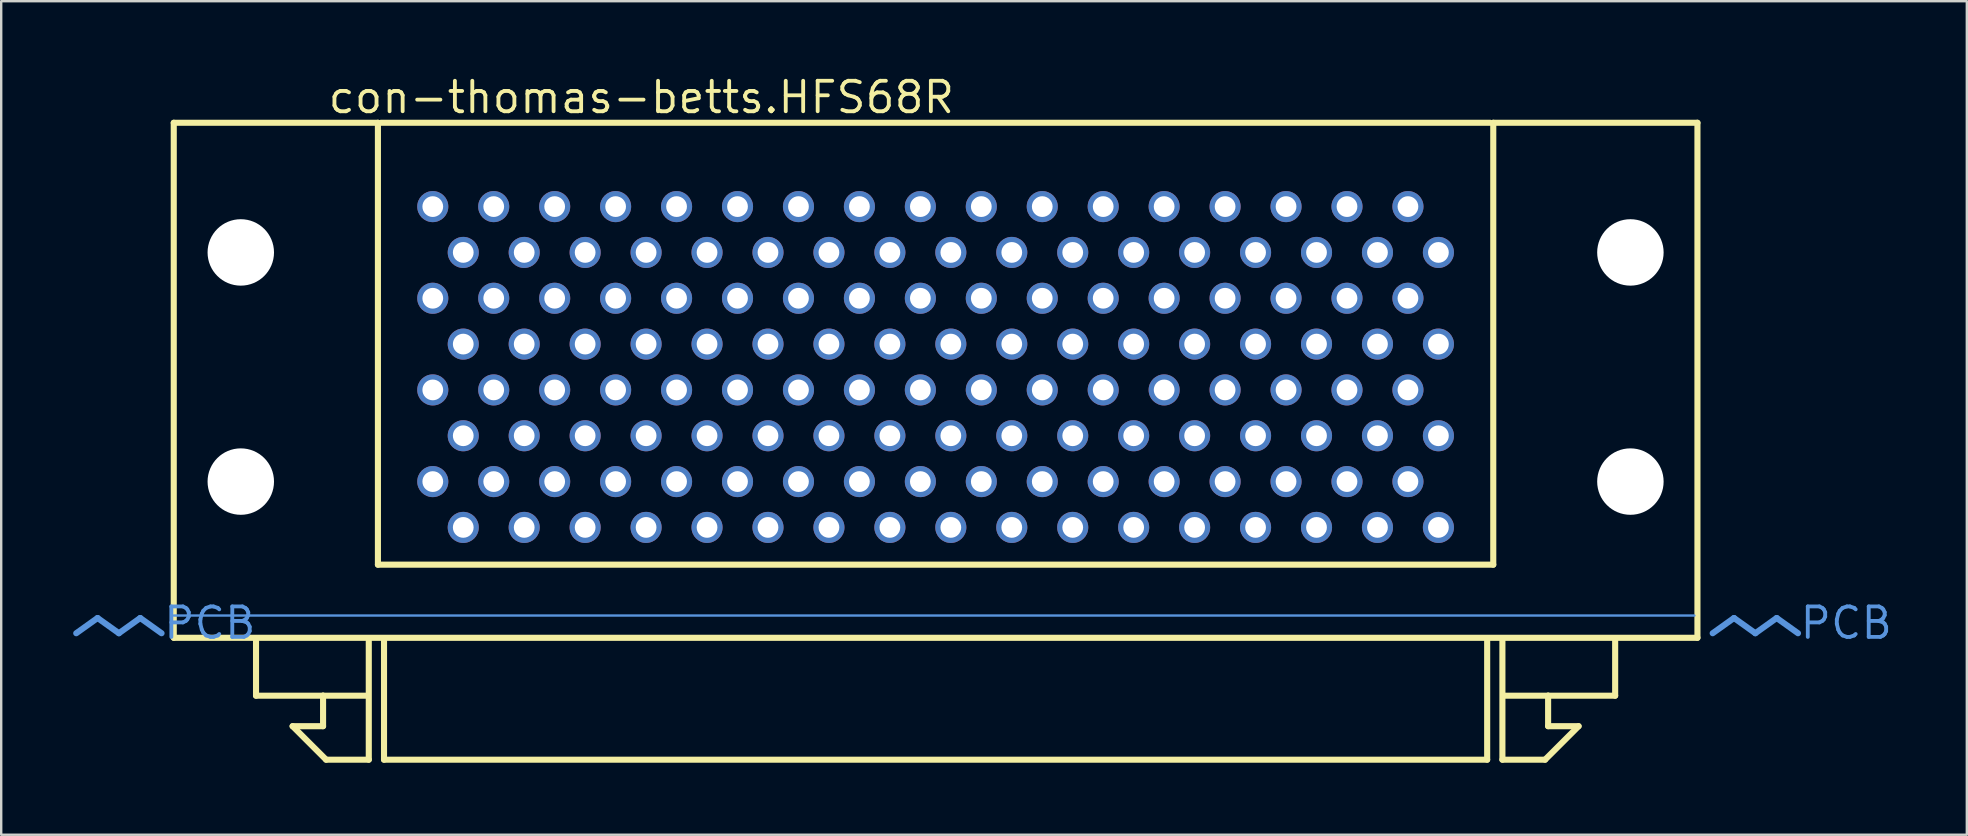
<source format=kicad_pcb>
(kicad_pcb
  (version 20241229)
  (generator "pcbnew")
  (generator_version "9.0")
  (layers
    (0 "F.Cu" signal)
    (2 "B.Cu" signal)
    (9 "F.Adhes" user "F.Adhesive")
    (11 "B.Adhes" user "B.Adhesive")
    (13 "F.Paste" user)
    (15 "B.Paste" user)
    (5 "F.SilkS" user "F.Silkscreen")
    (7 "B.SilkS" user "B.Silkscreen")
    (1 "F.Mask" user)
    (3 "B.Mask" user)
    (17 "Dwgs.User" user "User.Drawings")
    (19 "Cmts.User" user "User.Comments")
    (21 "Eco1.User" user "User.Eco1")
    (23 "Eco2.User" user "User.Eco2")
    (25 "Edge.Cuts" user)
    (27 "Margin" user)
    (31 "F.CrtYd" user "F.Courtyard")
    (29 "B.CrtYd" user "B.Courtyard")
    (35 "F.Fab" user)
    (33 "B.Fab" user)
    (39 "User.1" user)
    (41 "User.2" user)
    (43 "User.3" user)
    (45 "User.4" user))
  (footprint "con-thomas-betts.HFS68R"
    (layer "F.Cu")
    (at 35.941 22.07)
    (property "Reference" "con-thomas-betts.HFS68R" (at -25.4 -20.32 0) (layer "F.SilkS") (effects (font (size 1.27 1.27) (thickness 0.16)) (justify left bottom)))
    (attr through_hole)
    (fp_line (start -31.75 -20.003) (end -23.241 -20.003) (stroke (width 0.254) (type default)) (layer "F.SilkS"))
    (fp_line (start -31.75 1.46) (end -31.75 -20.003) (stroke (width 0.254) (type default)) (layer "F.SilkS"))
    (fp_line (start -28.321 3.873) (end -28.321 1.587) (stroke (width 0.254) (type default)) (layer "F.SilkS"))
    (fp_line (start -26.797 5.144) (end -25.527 5.144) (stroke (width 0.254) (type default)) (layer "F.SilkS"))
    (fp_line (start -25.527 3.873) (end -28.321 3.873) (stroke (width 0.254) (type default)) (layer "F.SilkS"))
    (fp_line (start -25.527 3.873) (end -23.749 3.873) (stroke (width 0.254) (type default)) (layer "F.SilkS"))
    (fp_line (start -25.527 5.144) (end -25.527 3.873) (stroke (width 0.254) (type default)) (layer "F.SilkS"))
    (fp_line (start -25.4 6.54) (end -26.797 5.144) (stroke (width 0.254) (type default)) (layer "F.SilkS"))
    (fp_line (start -23.622 1.587) (end -23.622 6.54) (stroke (width 0.254) (type default)) (layer "F.SilkS"))
    (fp_line (start -23.622 6.54) (end -25.4 6.54) (stroke (width 0.254) (type default)) (layer "F.SilkS"))
    (fp_line (start -23.241 -20.003) (end -23.241 -1.587) (stroke (width 0.254) (type default)) (layer "F.SilkS"))
    (fp_line (start -23.241 -1.587) (end 23.241 -1.587) (stroke (width 0.254) (type default)) (layer "F.SilkS"))
    (fp_line (start -23.114 -20.003) (end 23.114 -20.003) (stroke (width 0.254) (type default)) (layer "F.SilkS"))
    (fp_line (start -22.987 6.54) (end -22.987 1.587) (stroke (width 0.254) (type default)) (layer "F.SilkS"))
    (fp_line (start 22.987 1.587) (end 22.987 6.54) (stroke (width 0.254) (type default)) (layer "F.SilkS"))
    (fp_line (start 22.987 6.54) (end -22.987 6.54) (stroke (width 0.254) (type default)) (layer "F.SilkS"))
    (fp_line (start 23.241 -20.003) (end 31.75 -20.003) (stroke (width 0.254) (type default)) (layer "F.SilkS"))
    (fp_line (start 23.241 -1.587) (end 23.241 -20.003) (stroke (width 0.254) (type default)) (layer "F.SilkS"))
    (fp_line (start 23.622 1.587) (end 23.622 6.54) (stroke (width 0.254) (type default)) (layer "F.SilkS"))
    (fp_line (start 23.622 6.54) (end 25.4 6.54) (stroke (width 0.254) (type default)) (layer "F.SilkS"))
    (fp_line (start 25.4 6.54) (end 26.797 5.144) (stroke (width 0.254) (type default)) (layer "F.SilkS"))
    (fp_line (start 25.527 3.873) (end 23.749 3.873) (stroke (width 0.254) (type default)) (layer "F.SilkS"))
    (fp_line (start 25.527 3.873) (end 28.321 3.873) (stroke (width 0.254) (type default)) (layer "F.SilkS"))
    (fp_line (start 25.527 5.144) (end 25.527 3.873) (stroke (width 0.254) (type default)) (layer "F.SilkS"))
    (fp_line (start 26.797 5.144) (end 25.527 5.144) (stroke (width 0.254) (type default)) (layer "F.SilkS"))
    (fp_line (start 28.321 3.873) (end 28.321 1.587) (stroke (width 0.254) (type default)) (layer "F.SilkS"))
    (fp_line (start 31.75 -20.003) (end 31.75 1.46) (stroke (width 0.254) (type default)) (layer "F.SilkS"))
    (fp_line (start 31.75 1.46) (end -31.75 1.46) (stroke (width 0.254) (type default)) (layer "F.SilkS"))
    (fp_line (start -34.925 0.635) (end -35.814 1.27) (stroke (width 0.254) (type default)) (layer "Cmts.User"))
    (fp_line (start -34.925 0.635) (end -34.036 1.27) (stroke (width 0.254) (type default)) (layer "Cmts.User"))
    (fp_line (start -33.147 0.635) (end -34.036 1.27) (stroke (width 0.254) (type default)) (layer "Cmts.User"))
    (fp_line (start -33.147 0.635) (end -32.258 1.27) (stroke (width 0.254) (type default)) (layer "Cmts.User"))
    (fp_line (start -31.75 0.533) (end 31.623 0.533) (stroke (width 0.1) (type default)) (layer "Cmts.User"))
    (fp_line (start 33.274 0.635) (end 32.385 1.27) (stroke (width 0.254) (type default)) (layer "Cmts.User"))
    (fp_line (start 33.274 0.635) (end 34.163 1.27) (stroke (width 0.254) (type default)) (layer "Cmts.User"))
    (fp_line (start 35.052 0.635) (end 34.163 1.27) (stroke (width 0.254) (type default)) (layer "Cmts.User"))
    (fp_line (start 35.052 0.635) (end 35.941 1.27) (stroke (width 0.254) (type default)) (layer "Cmts.User"))
    (fp_text user "PCB" (at 35.941 1.587 180) (layer "Cmts.User") (effects (font (size 1.27 1.27) (thickness 0.16)) (justify left bottom)))
    (fp_text user "PCB" (at -32.258 1.587 180) (layer "Cmts.User") (effects (font (size 1.27 1.27) (thickness 0.16)) (justify left bottom)))
    (pad "" np_thru_hole circle (at -28.956 -14.6) (size 2.769 2.769) (drill 2.769) (layers "*.Cu" "*.Mask"))
    (pad "" np_thru_hole circle (at -28.956 -5.05) (size 2.769 2.769) (drill 2.769) (layers "*.Cu" "*.Mask"))
    (pad "" np_thru_hole circle (at 28.956 -14.6) (size 2.769 2.769) (drill 2.769) (layers "*.Cu" "*.Mask"))
    (pad "" np_thru_hole circle (at 28.956 -5.05) (size 2.769 2.769) (drill 2.769) (layers "*.Cu" "*.Mask"))
    (pad "1-1" thru_hole circle (at 20.955 -6.96) (size 1.295 1.295) (drill 0.864) (layers "*.Cu" "*.Mask"))
    (pad "1-2" thru_hole circle (at 19.685 -8.87) (size 1.295 1.295) (drill 0.864) (layers "*.Cu" "*.Mask"))
    (pad "1-3" thru_hole circle (at 18.415 -6.96) (size 1.295 1.295) (drill 0.864) (layers "*.Cu" "*.Mask"))
    (pad "1-4" thru_hole circle (at 17.145 -8.87) (size 1.295 1.295) (drill 0.864) (layers "*.Cu" "*.Mask"))
    (pad "1-5" thru_hole circle (at 15.875 -6.96) (size 1.295 1.295) (drill 0.864) (layers "*.Cu" "*.Mask"))
    (pad "1-6" thru_hole circle (at 14.605 -8.87) (size 1.295 1.295) (drill 0.864) (layers "*.Cu" "*.Mask"))
    (pad "1-7" thru_hole circle (at 13.335 -6.96) (size 1.295 1.295) (drill 0.864) (layers "*.Cu" "*.Mask"))
    (pad "1-8" thru_hole circle (at 12.065 -8.87) (size 1.295 1.295) (drill 0.864) (layers "*.Cu" "*.Mask"))
    (pad "1-9" thru_hole circle (at 10.795 -6.96) (size 1.295 1.295) (drill 0.864) (layers "*.Cu" "*.Mask"))
    (pad "1-10" thru_hole circle (at 9.525 -8.87) (size 1.295 1.295) (drill 0.864) (layers "*.Cu" "*.Mask"))
    (pad "1-11" thru_hole circle (at 8.255 -6.96) (size 1.295 1.295) (drill 0.864) (layers "*.Cu" "*.Mask"))
    (pad "1-12" thru_hole circle (at 6.985 -8.87) (size 1.295 1.295) (drill 0.864) (layers "*.Cu" "*.Mask"))
    (pad "1-13" thru_hole circle (at 5.715 -6.96) (size 1.295 1.295) (drill 0.864) (layers "*.Cu" "*.Mask"))
    (pad "1-14" thru_hole circle (at 4.445 -8.87) (size 1.295 1.295) (drill 0.864) (layers "*.Cu" "*.Mask"))
    (pad "1-15" thru_hole circle (at 3.175 -6.96) (size 1.295 1.295) (drill 0.864) (layers "*.Cu" "*.Mask"))
    (pad "1-16" thru_hole circle (at 1.905 -8.87) (size 1.295 1.295) (drill 0.864) (layers "*.Cu" "*.Mask"))
    (pad "1-17" thru_hole circle (at 0.635 -6.96) (size 1.295 1.295) (drill 0.864) (layers "*.Cu" "*.Mask"))
    (pad "1-18" thru_hole circle (at -0.635 -8.87) (size 1.295 1.295) (drill 0.864) (layers "*.Cu" "*.Mask"))
    (pad "1-19" thru_hole circle (at -1.905 -6.96) (size 1.295 1.295) (drill 0.864) (layers "*.Cu" "*.Mask"))
    (pad "1-20" thru_hole circle (at -3.175 -8.87) (size 1.295 1.295) (drill 0.864) (layers "*.Cu" "*.Mask"))
    (pad "1-21" thru_hole circle (at -4.445 -6.96) (size 1.295 1.295) (drill 0.864) (layers "*.Cu" "*.Mask"))
    (pad "1-22" thru_hole circle (at -5.715 -8.87) (size 1.295 1.295) (drill 0.864) (layers "*.Cu" "*.Mask"))
    (pad "1-23" thru_hole circle (at -6.985 -6.96) (size 1.295 1.295) (drill 0.864) (layers "*.Cu" "*.Mask"))
    (pad "1-24" thru_hole circle (at -8.255 -8.87) (size 1.295 1.295) (drill 0.864) (layers "*.Cu" "*.Mask"))
    (pad "1-25" thru_hole circle (at -9.525 -6.96) (size 1.295 1.295) (drill 0.864) (layers "*.Cu" "*.Mask"))
    (pad "1-26" thru_hole circle (at -10.795 -8.87) (size 1.295 1.295) (drill 0.864) (layers "*.Cu" "*.Mask"))
    (pad "1-27" thru_hole circle (at -12.065 -6.96) (size 1.295 1.295) (drill 0.864) (layers "*.Cu" "*.Mask"))
    (pad "1-28" thru_hole circle (at -13.335 -8.87) (size 1.295 1.295) (drill 0.864) (layers "*.Cu" "*.Mask"))
    (pad "1-29" thru_hole circle (at -14.605 -6.96) (size 1.295 1.295) (drill 0.864) (layers "*.Cu" "*.Mask"))
    (pad "1-30" thru_hole circle (at -15.875 -8.87) (size 1.295 1.295) (drill 0.864) (layers "*.Cu" "*.Mask"))
    (pad "1-31" thru_hole circle (at -17.145 -6.96) (size 1.295 1.295) (drill 0.864) (layers "*.Cu" "*.Mask"))
    (pad "1-32" thru_hole circle (at -18.415 -8.87) (size 1.295 1.295) (drill 0.864) (layers "*.Cu" "*.Mask"))
    (pad "1-33" thru_hole circle (at -19.685 -6.96) (size 1.295 1.295) (drill 0.864) (layers "*.Cu" "*.Mask"))
    (pad "1-34" thru_hole circle (at -20.955 -8.87) (size 1.295 1.295) (drill 0.864) (layers "*.Cu" "*.Mask"))
    (pad "1-35" thru_hole circle (at 20.955 -3.14) (size 1.295 1.295) (drill 0.864) (layers "*.Cu" "*.Mask"))
    (pad "1-36" thru_hole circle (at 19.685 -5.05) (size 1.295 1.295) (drill 0.864) (layers "*.Cu" "*.Mask"))
    (pad "1-37" thru_hole circle (at 18.415 -3.14) (size 1.295 1.295) (drill 0.864) (layers "*.Cu" "*.Mask"))
    (pad "1-38" thru_hole circle (at 17.145 -5.05) (size 1.295 1.295) (drill 0.864) (layers "*.Cu" "*.Mask"))
    (pad "1-39" thru_hole circle (at 15.875 -3.14) (size 1.295 1.295) (drill 0.864) (layers "*.Cu" "*.Mask"))
    (pad "1-40" thru_hole circle (at 14.605 -5.05) (size 1.295 1.295) (drill 0.864) (layers "*.Cu" "*.Mask"))
    (pad "1-41" thru_hole circle (at 13.335 -3.14) (size 1.295 1.295) (drill 0.864) (layers "*.Cu" "*.Mask"))
    (pad "1-42" thru_hole circle (at 12.065 -5.05) (size 1.295 1.295) (drill 0.864) (layers "*.Cu" "*.Mask"))
    (pad "1-43" thru_hole circle (at 10.795 -3.14) (size 1.295 1.295) (drill 0.864) (layers "*.Cu" "*.Mask"))
    (pad "1-44" thru_hole circle (at 9.525 -5.05) (size 1.295 1.295) (drill 0.864) (layers "*.Cu" "*.Mask"))
    (pad "1-45" thru_hole circle (at 8.255 -3.14) (size 1.295 1.295) (drill 0.864) (layers "*.Cu" "*.Mask"))
    (pad "1-46" thru_hole circle (at 6.985 -5.05) (size 1.295 1.295) (drill 0.864) (layers "*.Cu" "*.Mask"))
    (pad "1-47" thru_hole circle (at 5.715 -3.14) (size 1.295 1.295) (drill 0.864) (layers "*.Cu" "*.Mask"))
    (pad "1-48" thru_hole circle (at 4.445 -5.05) (size 1.295 1.295) (drill 0.864) (layers "*.Cu" "*.Mask"))
    (pad "1-49" thru_hole circle (at 3.175 -3.14) (size 1.295 1.295) (drill 0.864) (layers "*.Cu" "*.Mask"))
    (pad "1-50" thru_hole circle (at 1.905 -5.05) (size 1.295 1.295) (drill 0.864) (layers "*.Cu" "*.Mask"))
    (pad "1-51" thru_hole circle (at 0.635 -3.14) (size 1.295 1.295) (drill 0.864) (layers "*.Cu" "*.Mask"))
    (pad "1-52" thru_hole circle (at -0.635 -5.05) (size 1.295 1.295) (drill 0.864) (layers "*.Cu" "*.Mask"))
    (pad "1-53" thru_hole circle (at -1.905 -3.14) (size 1.295 1.295) (drill 0.864) (layers "*.Cu" "*.Mask"))
    (pad "1-54" thru_hole circle (at -3.175 -5.05) (size 1.295 1.295) (drill 0.864) (layers "*.Cu" "*.Mask"))
    (pad "1-55" thru_hole circle (at -4.445 -3.14) (size 1.295 1.295) (drill 0.864) (layers "*.Cu" "*.Mask"))
    (pad "1-56" thru_hole circle (at -5.715 -5.05) (size 1.295 1.295) (drill 0.864) (layers "*.Cu" "*.Mask"))
    (pad "1-57" thru_hole circle (at -6.985 -3.14) (size 1.295 1.295) (drill 0.864) (layers "*.Cu" "*.Mask"))
    (pad "1-58" thru_hole circle (at -8.255 -5.05) (size 1.295 1.295) (drill 0.864) (layers "*.Cu" "*.Mask"))
    (pad "1-59" thru_hole circle (at -9.525 -3.14) (size 1.295 1.295) (drill 0.864) (layers "*.Cu" "*.Mask"))
    (pad "1-60" thru_hole circle (at -10.795 -5.05) (size 1.295 1.295) (drill 0.864) (layers "*.Cu" "*.Mask"))
    (pad "1-61" thru_hole circle (at -12.065 -3.14) (size 1.295 1.295) (drill 0.864) (layers "*.Cu" "*.Mask"))
    (pad "1-62" thru_hole circle (at -13.335 -5.05) (size 1.295 1.295) (drill 0.864) (layers "*.Cu" "*.Mask"))
    (pad "1-63" thru_hole circle (at -14.605 -3.14) (size 1.295 1.295) (drill 0.864) (layers "*.Cu" "*.Mask"))
    (pad "1-64" thru_hole circle (at -15.875 -5.05) (size 1.295 1.295) (drill 0.864) (layers "*.Cu" "*.Mask"))
    (pad "1-65" thru_hole circle (at -17.145 -3.14) (size 1.295 1.295) (drill 0.864) (layers "*.Cu" "*.Mask"))
    (pad "1-66" thru_hole circle (at -18.415 -5.05) (size 1.295 1.295) (drill 0.864) (layers "*.Cu" "*.Mask"))
    (pad "1-67" thru_hole circle (at -19.685 -3.14) (size 1.295 1.295) (drill 0.864) (layers "*.Cu" "*.Mask"))
    (pad "1-68" thru_hole circle (at -20.955 -5.05) (size 1.295 1.295) (drill 0.864) (layers "*.Cu" "*.Mask"))
    (pad "2-1" thru_hole circle (at 20.955 -14.6) (size 1.295 1.295) (drill 0.864) (layers "*.Cu" "*.Mask"))
    (pad "2-2" thru_hole circle (at 19.685 -16.51) (size 1.295 1.295) (drill 0.864) (layers "*.Cu" "*.Mask"))
    (pad "2-3" thru_hole circle (at 18.415 -14.6) (size 1.295 1.295) (drill 0.864) (layers "*.Cu" "*.Mask"))
    (pad "2-4" thru_hole circle (at 17.145 -16.51) (size 1.295 1.295) (drill 0.864) (layers "*.Cu" "*.Mask"))
    (pad "2-5" thru_hole circle (at 15.875 -14.6) (size 1.295 1.295) (drill 0.864) (layers "*.Cu" "*.Mask"))
    (pad "2-6" thru_hole circle (at 14.605 -16.51) (size 1.295 1.295) (drill 0.864) (layers "*.Cu" "*.Mask"))
    (pad "2-7" thru_hole circle (at 13.335 -14.6) (size 1.295 1.295) (drill 0.864) (layers "*.Cu" "*.Mask"))
    (pad "2-8" thru_hole circle (at 12.065 -16.51) (size 1.295 1.295) (drill 0.864) (layers "*.Cu" "*.Mask"))
    (pad "2-9" thru_hole circle (at 10.795 -14.6) (size 1.295 1.295) (drill 0.864) (layers "*.Cu" "*.Mask"))
    (pad "2-10" thru_hole circle (at 9.525 -16.51) (size 1.295 1.295) (drill 0.864) (layers "*.Cu" "*.Mask"))
    (pad "2-11" thru_hole circle (at 8.255 -14.6) (size 1.295 1.295) (drill 0.864) (layers "*.Cu" "*.Mask"))
    (pad "2-12" thru_hole circle (at 6.985 -16.51) (size 1.295 1.295) (drill 0.864) (layers "*.Cu" "*.Mask"))
    (pad "2-13" thru_hole circle (at 5.715 -14.6) (size 1.295 1.295) (drill 0.864) (layers "*.Cu" "*.Mask"))
    (pad "2-14" thru_hole circle (at 4.445 -16.51) (size 1.295 1.295) (drill 0.864) (layers "*.Cu" "*.Mask"))
    (pad "2-15" thru_hole circle (at 3.175 -14.6) (size 1.295 1.295) (drill 0.864) (layers "*.Cu" "*.Mask"))
    (pad "2-16" thru_hole circle (at 1.905 -16.51) (size 1.295 1.295) (drill 0.864) (layers "*.Cu" "*.Mask"))
    (pad "2-17" thru_hole circle (at 0.635 -14.6) (size 1.295 1.295) (drill 0.864) (layers "*.Cu" "*.Mask"))
    (pad "2-18" thru_hole circle (at -0.635 -16.51) (size 1.295 1.295) (drill 0.864) (layers "*.Cu" "*.Mask"))
    (pad "2-19" thru_hole circle (at -1.905 -14.6) (size 1.295 1.295) (drill 0.864) (layers "*.Cu" "*.Mask"))
    (pad "2-20" thru_hole circle (at -3.175 -16.51) (size 1.295 1.295) (drill 0.864) (layers "*.Cu" "*.Mask"))
    (pad "2-21" thru_hole circle (at -4.445 -14.6) (size 1.295 1.295) (drill 0.864) (layers "*.Cu" "*.Mask"))
    (pad "2-22" thru_hole circle (at -5.715 -16.51) (size 1.295 1.295) (drill 0.864) (layers "*.Cu" "*.Mask"))
    (pad "2-23" thru_hole circle (at -6.985 -14.6) (size 1.295 1.295) (drill 0.864) (layers "*.Cu" "*.Mask"))
    (pad "2-24" thru_hole circle (at -8.255 -16.51) (size 1.295 1.295) (drill 0.864) (layers "*.Cu" "*.Mask"))
    (pad "2-25" thru_hole circle (at -9.525 -14.6) (size 1.295 1.295) (drill 0.864) (layers "*.Cu" "*.Mask"))
    (pad "2-26" thru_hole circle (at -10.795 -16.51) (size 1.295 1.295) (drill 0.864) (layers "*.Cu" "*.Mask"))
    (pad "2-27" thru_hole circle (at -12.065 -14.6) (size 1.295 1.295) (drill 0.864) (layers "*.Cu" "*.Mask"))
    (pad "2-28" thru_hole circle (at -13.335 -16.51) (size 1.295 1.295) (drill 0.864) (layers "*.Cu" "*.Mask"))
    (pad "2-29" thru_hole circle (at -14.605 -14.6) (size 1.295 1.295) (drill 0.864) (layers "*.Cu" "*.Mask"))
    (pad "2-30" thru_hole circle (at -15.875 -16.51) (size 1.295 1.295) (drill 0.864) (layers "*.Cu" "*.Mask"))
    (pad "2-31" thru_hole circle (at -17.145 -14.6) (size 1.295 1.295) (drill 0.864) (layers "*.Cu" "*.Mask"))
    (pad "2-32" thru_hole circle (at -18.415 -16.51) (size 1.295 1.295) (drill 0.864) (layers "*.Cu" "*.Mask"))
    (pad "2-33" thru_hole circle (at -19.685 -14.6) (size 1.295 1.295) (drill 0.864) (layers "*.Cu" "*.Mask"))
    (pad "2-34" thru_hole circle (at -20.955 -16.51) (size 1.295 1.295) (drill 0.864) (layers "*.Cu" "*.Mask"))
    (pad "2-35" thru_hole circle (at 20.955 -10.78) (size 1.295 1.295) (drill 0.864) (layers "*.Cu" "*.Mask"))
    (pad "2-36" thru_hole circle (at 19.685 -12.69) (size 1.295 1.295) (drill 0.864) (layers "*.Cu" "*.Mask"))
    (pad "2-37" thru_hole circle (at 18.415 -10.78) (size 1.295 1.295) (drill 0.864) (layers "*.Cu" "*.Mask"))
    (pad "2-38" thru_hole circle (at 17.145 -12.69) (size 1.295 1.295) (drill 0.864) (layers "*.Cu" "*.Mask"))
    (pad "2-39" thru_hole circle (at 15.875 -10.78) (size 1.295 1.295) (drill 0.864) (layers "*.Cu" "*.Mask"))
    (pad "2-40" thru_hole circle (at 14.605 -12.69) (size 1.295 1.295) (drill 0.864) (layers "*.Cu" "*.Mask"))
    (pad "2-41" thru_hole circle (at 13.335 -10.78) (size 1.295 1.295) (drill 0.864) (layers "*.Cu" "*.Mask"))
    (pad "2-42" thru_hole circle (at 12.065 -12.69) (size 1.295 1.295) (drill 0.864) (layers "*.Cu" "*.Mask"))
    (pad "2-43" thru_hole circle (at 10.795 -10.78) (size 1.295 1.295) (drill 0.864) (layers "*.Cu" "*.Mask"))
    (pad "2-44" thru_hole circle (at 9.525 -12.69) (size 1.295 1.295) (drill 0.864) (layers "*.Cu" "*.Mask"))
    (pad "2-45" thru_hole circle (at 8.255 -10.78) (size 1.295 1.295) (drill 0.864) (layers "*.Cu" "*.Mask"))
    (pad "2-46" thru_hole circle (at 6.985 -12.69) (size 1.295 1.295) (drill 0.864) (layers "*.Cu" "*.Mask"))
    (pad "2-47" thru_hole circle (at 5.715 -10.78) (size 1.295 1.295) (drill 0.864) (layers "*.Cu" "*.Mask"))
    (pad "2-48" thru_hole circle (at 4.445 -12.69) (size 1.295 1.295) (drill 0.864) (layers "*.Cu" "*.Mask"))
    (pad "2-49" thru_hole circle (at 3.175 -10.78) (size 1.295 1.295) (drill 0.864) (layers "*.Cu" "*.Mask"))
    (pad "2-50" thru_hole circle (at 1.905 -12.69) (size 1.295 1.295) (drill 0.864) (layers "*.Cu" "*.Mask"))
    (pad "2-51" thru_hole circle (at 0.635 -10.78) (size 1.295 1.295) (drill 0.864) (layers "*.Cu" "*.Mask"))
    (pad "2-52" thru_hole circle (at -0.635 -12.69) (size 1.295 1.295) (drill 0.864) (layers "*.Cu" "*.Mask"))
    (pad "2-53" thru_hole circle (at -1.905 -10.78) (size 1.295 1.295) (drill 0.864) (layers "*.Cu" "*.Mask"))
    (pad "2-54" thru_hole circle (at -3.175 -12.69) (size 1.295 1.295) (drill 0.864) (layers "*.Cu" "*.Mask"))
    (pad "2-55" thru_hole circle (at -4.445 -10.78) (size 1.295 1.295) (drill 0.864) (layers "*.Cu" "*.Mask"))
    (pad "2-56" thru_hole circle (at -5.715 -12.69) (size 1.295 1.295) (drill 0.864) (layers "*.Cu" "*.Mask"))
    (pad "2-57" thru_hole circle (at -6.985 -10.78) (size 1.295 1.295) (drill 0.864) (layers "*.Cu" "*.Mask"))
    (pad "2-58" thru_hole circle (at -8.255 -12.69) (size 1.295 1.295) (drill 0.864) (layers "*.Cu" "*.Mask"))
    (pad "2-59" thru_hole circle (at -9.525 -10.78) (size 1.295 1.295) (drill 0.864) (layers "*.Cu" "*.Mask"))
    (pad "2-60" thru_hole circle (at -10.795 -12.69) (size 1.295 1.295) (drill 0.864) (layers "*.Cu" "*.Mask"))
    (pad "2-61" thru_hole circle (at -12.065 -10.78) (size 1.295 1.295) (drill 0.864) (layers "*.Cu" "*.Mask"))
    (pad "2-62" thru_hole circle (at -13.335 -12.69) (size 1.295 1.295) (drill 0.864) (layers "*.Cu" "*.Mask"))
    (pad "2-63" thru_hole circle (at -14.605 -10.78) (size 1.295 1.295) (drill 0.864) (layers "*.Cu" "*.Mask"))
    (pad "2-64" thru_hole circle (at -15.875 -12.69) (size 1.295 1.295) (drill 0.864) (layers "*.Cu" "*.Mask"))
    (pad "2-65" thru_hole circle (at -17.145 -10.78) (size 1.295 1.295) (drill 0.864) (layers "*.Cu" "*.Mask"))
    (pad "2-66" thru_hole circle (at -18.415 -12.69) (size 1.295 1.295) (drill 0.864) (layers "*.Cu" "*.Mask"))
    (pad "2-67" thru_hole circle (at -19.685 -10.78) (size 1.295 1.295) (drill 0.864) (layers "*.Cu" "*.Mask"))
    (pad "2-68" thru_hole circle (at -20.955 -12.69) (size 1.295 1.295) (drill 0.864) (layers "*.Cu" "*.Mask")))
  (gr_rect
    (start -3 -3)
    (end 78.918 31.738)
    (stroke (width 0.1) (type default))
    (fill no)
    (layer "Edge.Cuts")))
</source>
